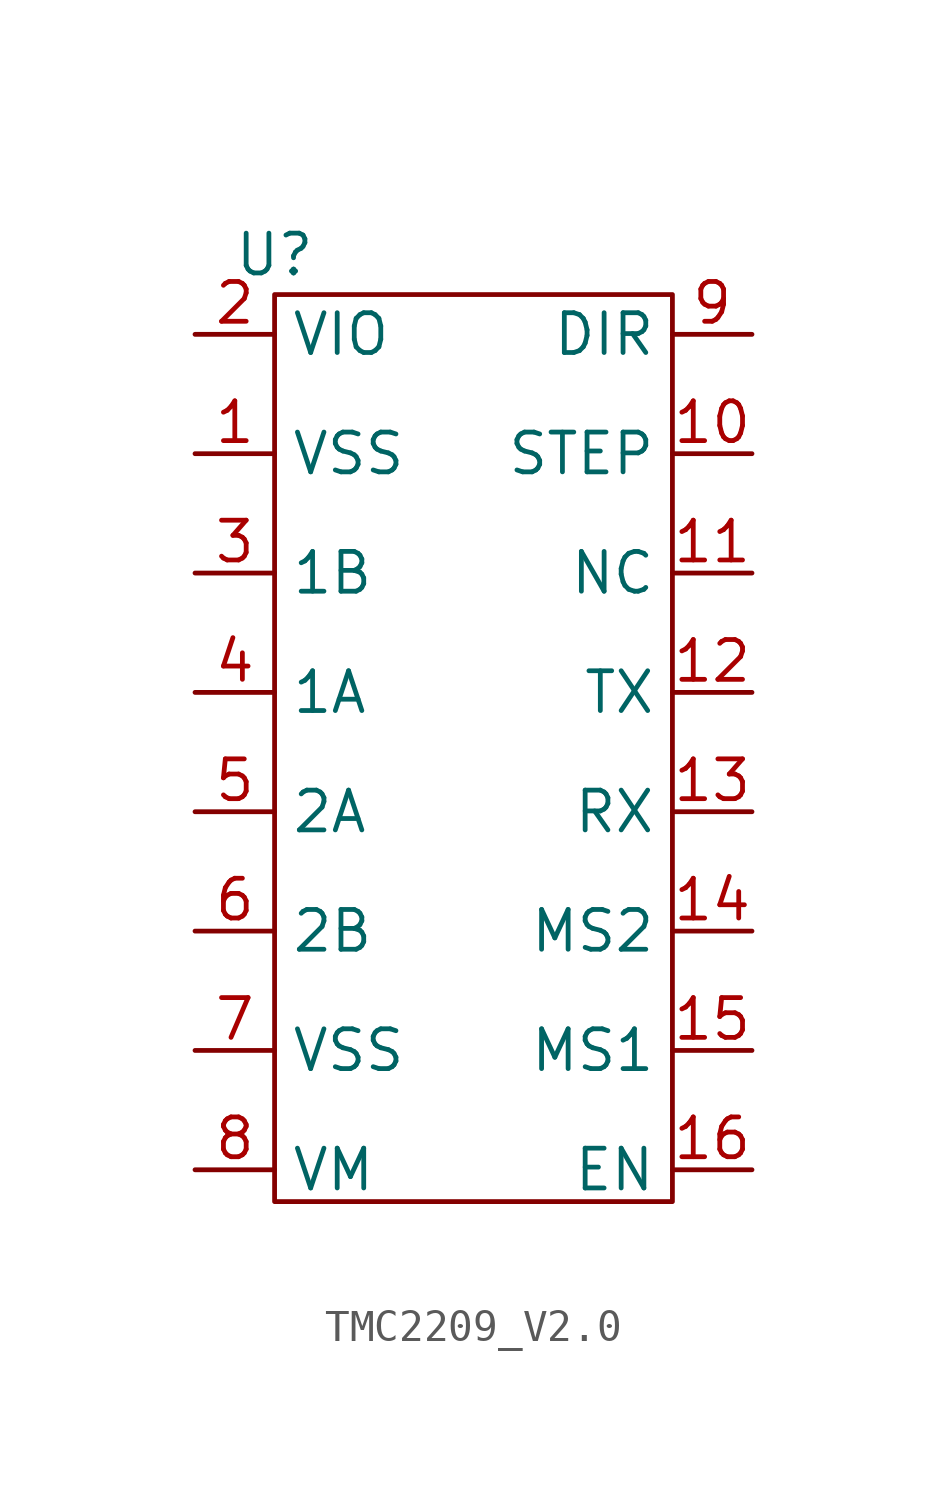
<source format=kicad_sym>
(kicad_symbol_lib
  (version 20241209)
  (generator "kicad_symbol_editor")
  (generator_version "9.0")
  (symbol "TMC2209_V2.0"
    (property "Reference" "U"
      (at 0 1.27 0)
      (effects (font (size 1.27 1.27))))
    (property "Value" ""
      (at 0 0 0)
      (effects (font (size 1.27 1.27))))
    (symbol "TMC2209_V2.0_0_1"
      (rectangle (start 0 0) (end 12.7 -28.956) (stroke (width 0) (type default)) (fill (type none))))
    (symbol "TMC2209_V2.0_1_1"
      (pin input line (at -2.54 -1.27 0) (length 2.54) (name "VIO" (effects (font (size 1.27 1.27)))) (number "2" (effects (font (size 1.27 1.27)))))
      (pin input line (at -2.54 -5.08 0) (length 2.54) (name "VSS" (effects (font (size 1.27 1.27)))) (number "1" (effects (font (size 1.27 1.27)))))
      (pin input line (at -2.54 -8.89 0) (length 2.54) (name "1B" (effects (font (size 1.27 1.27)))) (number "3" (effects (font (size 1.27 1.27)))))
      (pin input line (at -2.54 -12.7 0) (length 2.54) (name "1A" (effects (font (size 1.27 1.27)))) (number "4" (effects (font (size 1.27 1.27)))))
      (pin input line (at -2.54 -16.51 0) (length 2.54) (name "2A" (effects (font (size 1.27 1.27)))) (number "5" (effects (font (size 1.27 1.27)))))
      (pin input line (at -2.54 -20.32 0) (length 2.54) (name "2B" (effects (font (size 1.27 1.27)))) (number "6" (effects (font (size 1.27 1.27)))))
      (pin input line (at -2.54 -24.13 0) (length 2.54) (name "VSS" (effects (font (size 1.27 1.27)))) (number "7" (effects (font (size 1.27 1.27)))))
      (pin input line (at -2.54 -27.94 0) (length 2.54) (name "VM" (effects (font (size 1.27 1.27)))) (number "8" (effects (font (size 1.27 1.27)))))
      (pin input line (at 15.24 -1.27 180) (length 2.54) (name "DIR" (effects (font (size 1.27 1.27)))) (number "9" (effects (font (size 1.27 1.27)))))
      (pin input line (at 15.24 -5.08 180) (length 2.54) (name "STEP" (effects (font (size 1.27 1.27)))) (number "10" (effects (font (size 1.27 1.27)))))
      (pin input line (at 15.24 -8.89 180) (length 2.54) (name "NC" (effects (font (size 1.27 1.27)))) (number "11" (effects (font (size 1.27 1.27)))))
      (pin input line (at 15.24 -12.7 180) (length 2.54) (name "TX" (effects (font (size 1.27 1.27)))) (number "12" (effects (font (size 1.27 1.27)))))
      (pin input line (at 15.24 -16.51 180) (length 2.54) (name "RX" (effects (font (size 1.27 1.27)))) (number "13" (effects (font (size 1.27 1.27)))))
      (pin input line (at 15.24 -20.32 180) (length 2.54) (name "MS2" (effects (font (size 1.27 1.27)))) (number "14" (effects (font (size 1.27 1.27)))))
      (pin input line (at 15.24 -24.13 180) (length 2.54) (name "MS1" (effects (font (size 1.27 1.27)))) (number "15" (effects (font (size 1.27 1.27)))))
      (pin input line (at 15.24 -27.94 180) (length 2.54) (name "EN" (effects (font (size 1.27 1.27)))) (number "16" (effects (font (size 1.27 1.27))))))))
</source>
